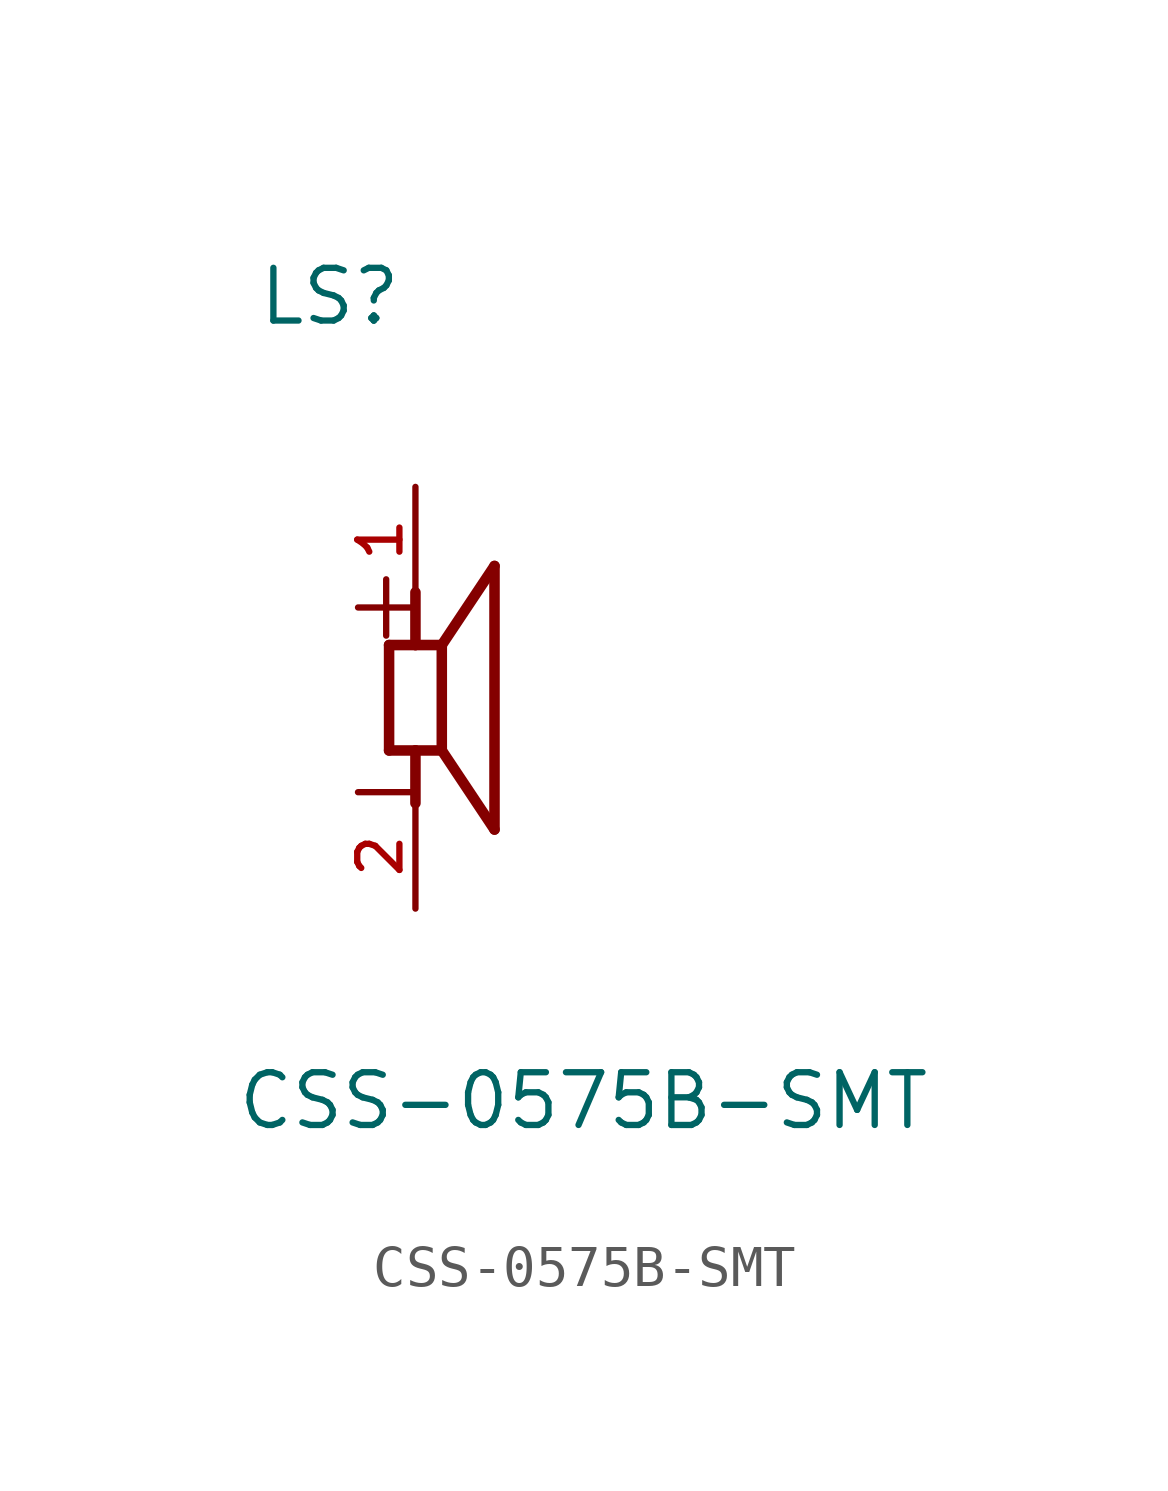
<source format=kicad_sym>
(kicad_symbol_lib
  (version 20211014)
  (generator kicad_symbol_editor)
  (symbol "CSS-0575B-SMT"
    (pin_names
      (offset 1.016))
    (property "Reference" "LS"
      (at -3.825 8.925 0)
      (effects (font (size 1.27 1.27)) (justify bottom left)))
    (property "Value" "CSS-0575B-SMT"
      (at -4.335 -10.456 0)
      (effects (font (size 1.27 1.27)) (justify bottom left)))
    (symbol "CSS-0575B-SMT_0_0"
      (polyline (pts (xy -0.635 1.27) (xy 0.0 1.27)) (stroke (width 0.254)))
      (polyline (pts (xy 0.0 1.27) (xy 0.635 1.27)) (stroke (width 0.254)))
      (polyline (pts (xy 0.635 1.27) (xy 0.635 -1.27)) (stroke (width 0.254)))
      (polyline (pts (xy 0.635 -1.27) (xy 0.0 -1.27)) (stroke (width 0.254)))
      (polyline (pts (xy 0.0 -1.27) (xy -0.635 -1.27)) (stroke (width 0.254)))
      (polyline (pts (xy -0.635 -1.27) (xy -0.635 1.27)) (stroke (width 0.254)))
      (polyline (pts (xy 0.635 1.27) (xy 1.905 3.175)) (stroke (width 0.254)))
      (polyline (pts (xy 1.905 3.175) (xy 1.905 -3.175)) (stroke (width 0.254)))
      (polyline (pts (xy 1.905 -3.175) (xy 0.635 -1.27)) (stroke (width 0.254)))
      (polyline (pts (xy 0.0 1.27) (xy 0.0 2.54)) (stroke (width 0.254)))
      (polyline (pts (xy 0.0 -1.27) (xy 0.0 -2.54)) (stroke (width 0.254)))
      (text "+" (at -1.907 1.271 0) (effects (font (size 1.78 1.78)) (justify bottom left)))
      (text "-" (at -1.908 -3.18 0) (effects (font (size 1.781 1.781)) (justify bottom left)))
      (pin passive line (at 0.0 5.08 270.0) (length 2.54) (name "~" (effects (font (size 1.016 1.016)))) (number "1" (effects (font (size 1.016 1.016)))))
      (pin passive line (at 0.0 -5.08 90.0) (length 2.54) (name "~" (effects (font (size 1.016 1.016)))) (number "2" (effects (font (size 1.016 1.016))))))))
</source>
